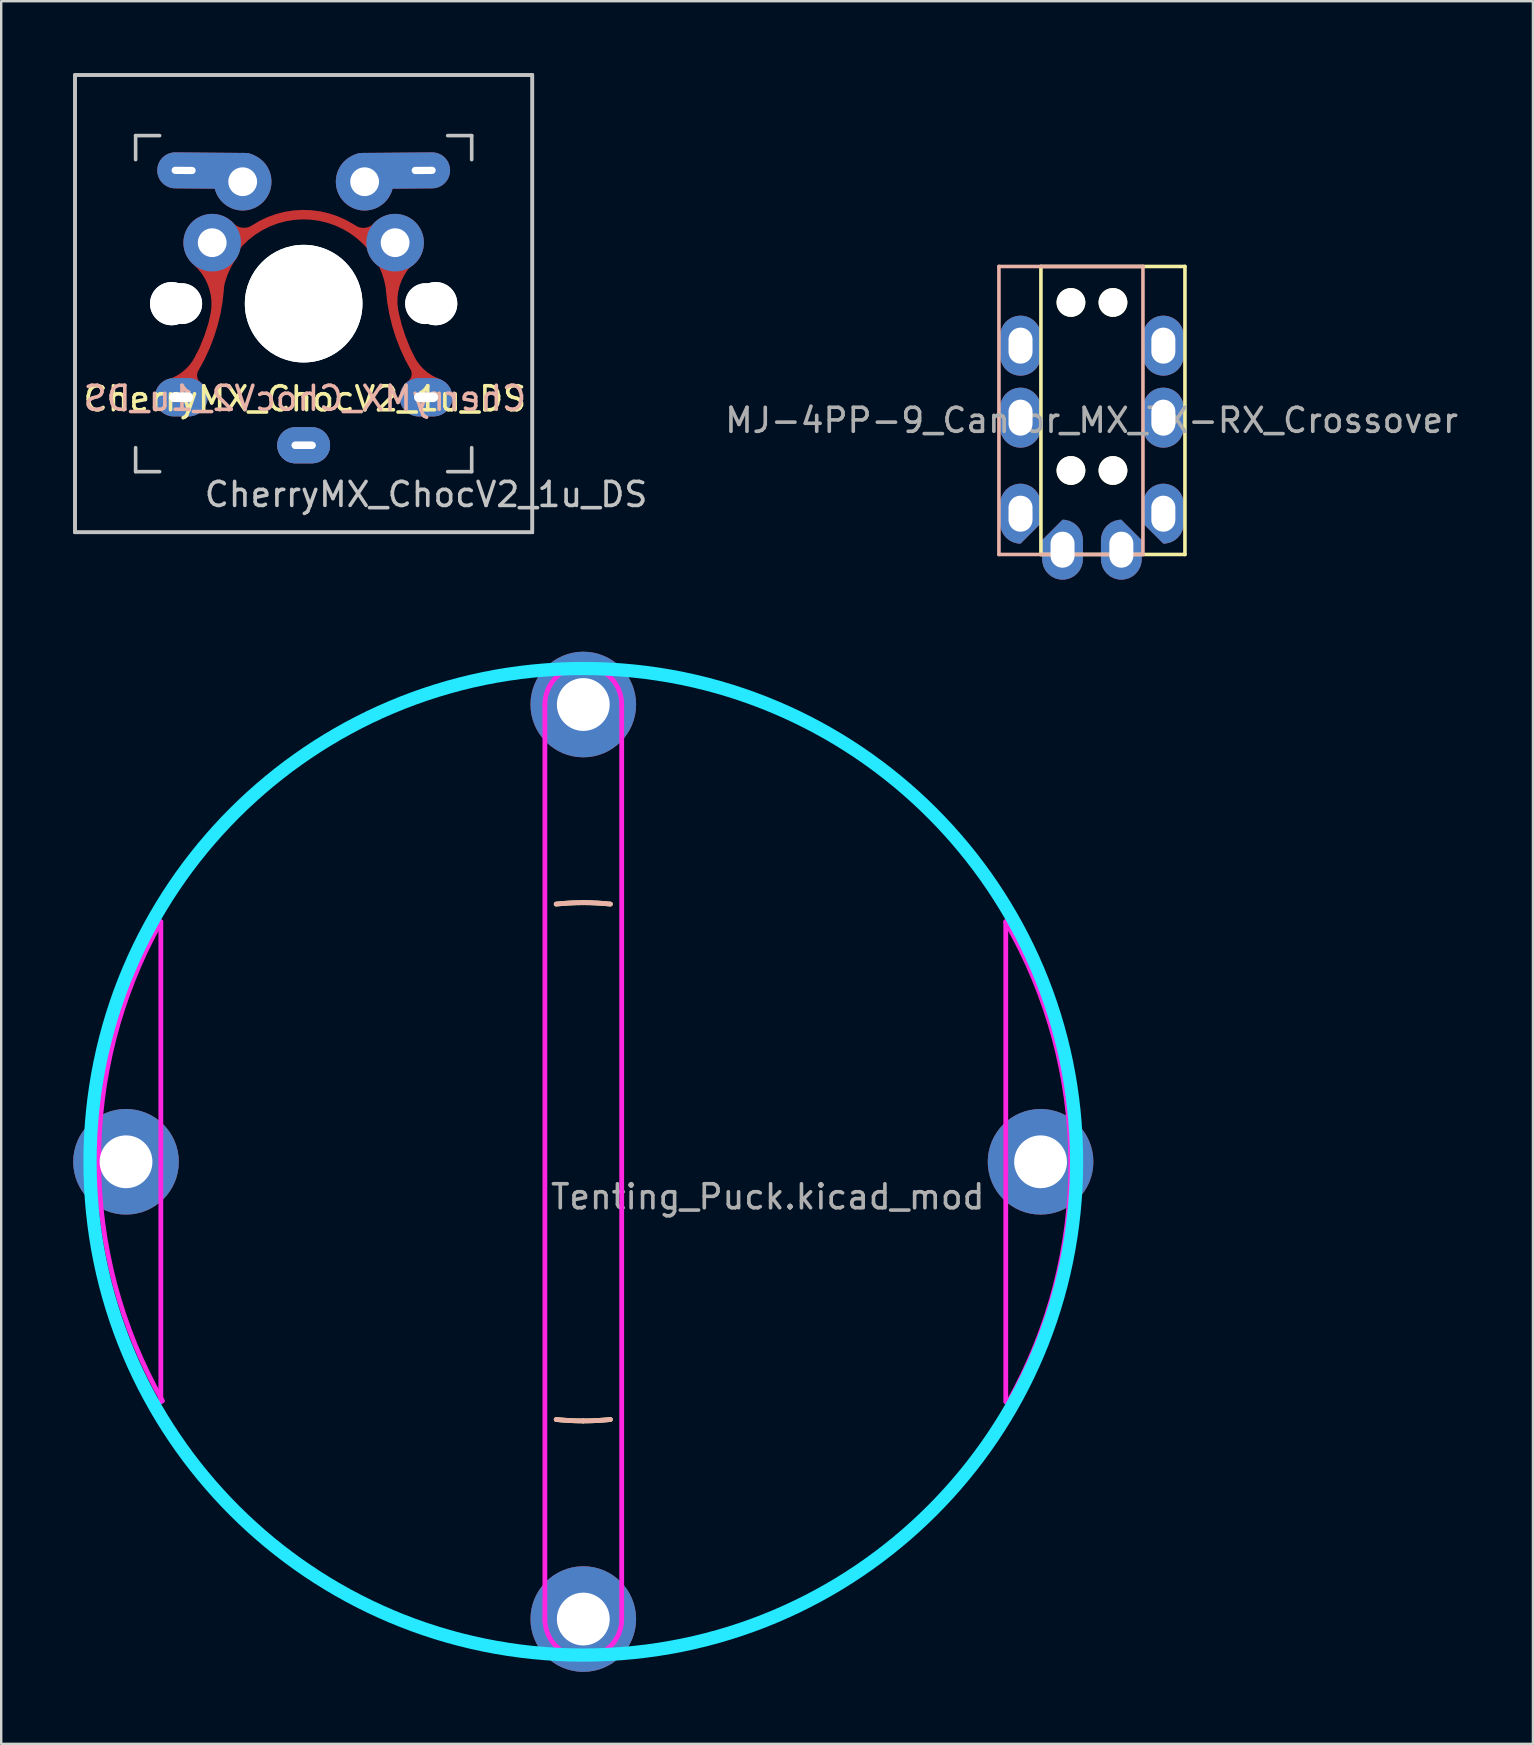
<source format=kicad_pcb>
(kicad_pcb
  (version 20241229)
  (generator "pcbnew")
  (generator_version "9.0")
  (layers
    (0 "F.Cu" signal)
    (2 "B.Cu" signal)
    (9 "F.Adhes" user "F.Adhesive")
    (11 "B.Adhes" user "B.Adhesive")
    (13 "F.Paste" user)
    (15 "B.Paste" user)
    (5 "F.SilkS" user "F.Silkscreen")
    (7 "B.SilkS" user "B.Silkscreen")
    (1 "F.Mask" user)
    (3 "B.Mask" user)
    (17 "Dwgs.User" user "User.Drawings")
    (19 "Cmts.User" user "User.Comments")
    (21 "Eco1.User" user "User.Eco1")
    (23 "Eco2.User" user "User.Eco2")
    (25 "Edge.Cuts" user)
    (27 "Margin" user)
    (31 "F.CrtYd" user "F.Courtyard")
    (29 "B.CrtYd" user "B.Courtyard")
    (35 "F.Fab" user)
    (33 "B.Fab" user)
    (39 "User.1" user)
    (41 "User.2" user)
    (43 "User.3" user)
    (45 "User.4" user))
  (footprint "Tenting_Puck.kicad_mod"
    (layer "F.Cu")
    (at 21.25 45.35)
    (property "Reference" "Tenting_Puck.kicad_mod" (at 7.684 1.46 0) (layer "F.Fab") (effects (font (size 1 1) (thickness 0.15))))
    (attr through_hole)
    (fp_arc (start -20.32 -2.8575) (mid -19.91151 -4.959786) (end -19.286134 -7.008048) (stroke (width 0.2) (type solid)) (layer "F.SilkS"))
    (fp_arc (start -19.286134 7.008047) (mid -19.91151 4.959786) (end -20.32 2.8575) (stroke (width 0.2) (type solid)) (layer "F.SilkS"))
    (fp_arc (start -7.008048 -19.286134) (mid -4.959786 -19.91151) (end -2.8575 -20.32) (stroke (width 0.2) (type solid)) (layer "F.SilkS"))
    (fp_arc (start -2.8575 20.32) (mid -4.959785 19.91151) (end -7.008046 19.286135) (stroke (width 0.2) (type solid)) (layer "F.SilkS"))
    (fp_arc (start -1.128385 -10.735864) (mid -0.564967 -10.780206) (end 0 -10.795) (stroke (width 0.2) (type solid)) (layer "F.SilkS"))
    (fp_arc (start 0 -10.795) (mid 0.564967 -10.780206) (end 1.128385 -10.735864) (stroke (width 0.2) (type solid)) (layer "F.SilkS"))
    (fp_arc (start 0 10.795) (mid -0.564967 10.780206) (end -1.128385 10.735864) (stroke (width 0.2) (type solid)) (layer "F.SilkS"))
    (fp_arc (start 1.128385 10.735864) (mid 0.564967 10.780206) (end 0 10.795) (stroke (width 0.2) (type solid)) (layer "F.SilkS"))
    (fp_arc (start 2.8575 -20.32) (mid 4.959786 -19.91151) (end 7.008047 -19.286134) (stroke (width 0.2) (type solid)) (layer "F.SilkS"))
    (fp_arc (start 7.008047 19.286134) (mid 4.959786 19.91151) (end 2.8575 20.32) (stroke (width 0.2) (type solid)) (layer "F.SilkS"))
    (fp_arc (start 19.286135 -7.008045) (mid 19.91151 -4.959785) (end 20.32 -2.8575) (stroke (width 0.2) (type solid)) (layer "F.SilkS"))
    (fp_arc (start 20.32 2.8575) (mid 19.91151 4.959785) (end 19.286135 7.008046) (stroke (width 0.2) (type solid)) (layer "F.SilkS"))
    (fp_arc (start -20.32 -2.8575) (mid -19.91151 -4.959784) (end -19.286136 -7.008044) (stroke (width 0.2) (type solid)) (layer "B.SilkS"))
    (fp_arc (start -19.286135 7.008046) (mid -19.91151 4.959785) (end -20.32 2.8575) (stroke (width 0.2) (type solid)) (layer "B.SilkS"))
    (fp_arc (start -7.008046 -19.286135) (mid -4.959785 -19.91151) (end -2.8575 -20.32) (stroke (width 0.2) (type solid)) (layer "B.SilkS"))
    (fp_arc (start -2.8575 20.32) (mid -4.959785 19.91151) (end -7.008045 19.286135) (stroke (width 0.2) (type solid)) (layer "B.SilkS"))
    (fp_arc (start -1.128385 -10.735864) (mid -0.564967 -10.780206) (end 0 -10.795) (stroke (width 0.2) (type solid)) (layer "B.SilkS"))
    (fp_arc (start 0 -10.795) (mid 0.564967 -10.780206) (end 1.128385 -10.735864) (stroke (width 0.2) (type solid)) (layer "B.SilkS"))
    (fp_arc (start 0 10.795) (mid -0.564967 10.780206) (end -1.128385 10.735864) (stroke (width 0.2) (type solid)) (layer "B.SilkS"))
    (fp_arc (start 1.128385 10.735864) (mid 0.564967 10.780206) (end 0 10.795) (stroke (width 0.2) (type solid)) (layer "B.SilkS"))
    (fp_arc (start 2.8575 -20.32) (mid 4.959787 -19.91151) (end 7.008049 -19.286134) (stroke (width 0.2) (type solid)) (layer "B.SilkS"))
    (fp_arc (start 7.008045 19.286135) (mid 4.959785 19.91151) (end 2.8575 20.32) (stroke (width 0.2) (type solid)) (layer "B.SilkS"))
    (fp_arc (start 19.286134 -7.008048) (mid 19.91151 -4.959786) (end 20.32 -2.8575) (stroke (width 0.2) (type solid)) (layer "B.SilkS"))
    (fp_arc (start 20.32 2.8575) (mid 19.91151 4.959786) (end 19.286134 7.008048) (stroke (width 0.2) (type solid)) (layer "B.SilkS"))
    (fp_circle (center 0 0) (end 20.55 0) (stroke (width 0.55) (type solid)) (fill no) (layer "B.CrtYd"))
    (fp_line (start -17.6 10) (end -17.6 -10) (stroke (width 0.2) (type solid)) (layer "F.CrtYd"))
    (fp_line (start -1.6 19.05) (end -1.6 -19.05) (stroke (width 0.2) (type solid)) (layer "F.CrtYd"))
    (fp_line (start 1.6 19.05) (end 1.6 -19.05) (stroke (width 0.2) (type solid)) (layer "F.CrtYd"))
    (fp_line (start 17.6 10) (end 17.6 -10) (stroke (width 0.2) (type solid)) (layer "F.CrtYd"))
    (fp_arc (start -17.531649 9.961119) (mid -20.187633 -0.010463) (end -17.6 -10) (stroke (width 0.2) (type default)) (layer "F.CrtYd"))
    (fp_arc (start -1.6 -19.05) (mid 0 -20.65) (end 1.6 -19.05) (stroke (width 0.2) (type default)) (layer "F.CrtYd"))
    (fp_arc (start 1.6 19.05) (mid 0 20.65) (end -1.6 19.05) (stroke (width 0.2) (type default)) (layer "F.CrtYd"))
    (fp_arc (start 17.6 -10) (mid 20.307938 0.012986) (end 17.686415 10.048942) (stroke (width 0.2) (type default)) (layer "F.CrtYd"))
    (fp_circle (center -19.05 0) (end -17.3 0) (stroke (width 0.12) (type default)) (fill no) (layer "User.2"))
    (fp_circle (center 0 -19.05) (end 1.75 -19.05) (stroke (width 0.12) (type default)) (fill no) (layer "User.2"))
    (fp_circle (center 0 19.05) (end 1.75 19.05) (stroke (width 0.12) (type default)) (fill no) (layer "User.2"))
    (fp_circle (center 19.05 0) (end 20.8 0) (stroke (width 0.1) (type default)) (fill no) (layer "User.2"))
    (fp_circle (center 19.05 0) (end 20.8 0) (stroke (width 0.12) (type default)) (fill no) (layer "User.2"))
    (pad "1" thru_hole circle (at -19.05 0) (size 4.4 4.4) (drill 2.2) (layers "*.Cu" "*.Mask"))
    (pad "1" thru_hole circle (at 0 -19.05) (size 4.4 4.4) (drill 2.2) (layers "*.Cu" "*.Mask"))
    (pad "1" thru_hole circle (at 0 19.05) (size 4.4 4.4) (drill 2.2) (layers "*.Cu" "*.Mask"))
    (pad "1" thru_hole circle (at 19.05 0) (size 4.4 4.4) (drill 2.2) (layers "*.Cu" "*.Mask")))
  (footprint "MJ-4PP-9_Cantor_MX_TX-RX_Crossover"
    (layer "F.Cu")
    (at 43.315 8.05)
    (property "Reference" "MJ-4PP-9_Cantor_MX_TX-RX_Crossover" (at -0.889 6.413 0) (layer "F.Fab") (effects (font (size 1 1) (thickness 0.15))))
    (attr through_hole)
    (fp_line (start -3 12) (end -3 0) (stroke (width 0.15) (type solid)) (layer "F.SilkS"))
    (fp_line (start -3 12) (end 3 12) (stroke (width 0.15) (type solid)) (layer "F.SilkS"))
    (fp_line (start 3 0) (end -3 0) (stroke (width 0.15) (type solid)) (layer "F.SilkS"))
    (fp_line (start 3 0) (end 3 12) (stroke (width 0.15) (type solid)) (layer "F.SilkS"))
    (fp_line (start -4.75 0) (end 1.25 0) (stroke (width 0.15) (type solid)) (layer "B.SilkS"))
    (fp_line (start -4.75 12) (end -4.75 0) (stroke (width 0.15) (type solid)) (layer "B.SilkS"))
    (fp_line (start -4.75 12) (end 1.25 12) (stroke (width 0.15) (type solid)) (layer "B.SilkS"))
    (fp_line (start 1.25 0) (end 1.25 12) (stroke (width 0.15) (type solid)) (layer "B.SilkS"))
    (fp_rect (start -5.25 -0.5) (end 3.5 12.5) (stroke (width 0.1) (type default)) (fill no) (layer "User.1"))
    (fp_rect (start -5.25 -8) (end 3.5 12.5) (stroke (width 0.1) (type default)) (fill no) (layer "User.4"))
    (pad "" np_thru_hole circle (at -1.75 1.5) (size 1.2 1.2) (drill 1.2) (layers "*.Cu" "*.Mask" "F.SilkS"))
    (pad "" np_thru_hole circle (at -1.75 8.5) (size 1.2 1.2) (drill 1.2) (layers "*.Cu" "*.Mask" "F.SilkS"))
    (pad "" np_thru_hole circle (at 0 1.5) (size 1.2 1.2) (drill 1.2) (layers "*.Cu" "*.Mask" "F.SilkS"))
    (pad "" np_thru_hole circle (at 0 8.5) (size 1.2 1.2) (drill 1.2) (layers "*.Cu" "*.Mask" "F.SilkS"))
    (pad "1" thru_hole roundrect (at -2.1 11.8) (size 1.7 2.5) (drill oval 1 1.5) (layers "*.Cu" "B.Mask") (roundrect_rratio 0.5) (chamfer_ratio 0.5) (chamfer top_left))
    (pad "1" thru_hole roundrect (at 0.35 11.8) (size 1.7 2.5) (drill oval 1 1.5) (layers "*.Cu" "F.Mask") (roundrect_rratio 0.5) (chamfer_ratio 0.5) (chamfer top_right))
    (pad "2" thru_hole roundrect (at -3.85 10.3) (size 1.7 2.5) (drill oval 1 1.5) (layers "*.Cu" "F.Mask") (roundrect_rratio 0.5) (chamfer_ratio 0.5) (chamfer bottom_right))
    (pad "2" thru_hole roundrect (at 2.1 10.3) (size 1.7 2.5) (drill oval 1 1.5) (layers "*.Cu" "B.Mask") (roundrect_rratio 0.5) (chamfer_ratio 0.5) (chamfer bottom_left))
    (pad "3" thru_hole oval (at -3.85 6.3) (size 1.7 2.5) (drill oval 1 1.5) (layers "*.Cu" "F.Mask"))
    (pad "3" thru_hole oval (at 2.1 3.3) (size 1.7 2.5) (drill oval 1 1.5) (layers "*.Cu" "B.Mask"))
    (pad "4" thru_hole oval (at -3.85 3.3) (size 1.7 2.5) (drill oval 1 1.5) (layers "*.Cu" "F.Mask"))
    (pad "4" thru_hole oval (at 2.1 6.3) (size 1.7 2.5) (drill oval 1 1.5) (layers "*.Cu" "B.Mask")))
  (footprint "CherryMX_ChocV2_1u_DS"
    (layer "F.Cu")
    (at 9.6 9.6)
    (property "Reference" "CherryMX_ChocV2_1u_DS" (at 5.1 7.95 180) (layer "Dwgs.User") (effects (font (size 1 1) (thickness 0.15))))
    (attr through_hole)
    (fp_line (start -9.525 -9.525) (end -9.525 9.525) (stroke (width 0.15) (type solid)) (layer "Dwgs.User"))
    (fp_line (start -9.525 -9.525) (end 9.525 -9.525) (stroke (width 0.15) (type solid)) (layer "Dwgs.User"))
    (fp_line (start -9.525 9.525) (end -9.525 -9.525) (stroke (width 0.15) (type solid)) (layer "Dwgs.User"))
    (fp_line (start -9.525 9.525) (end 9.525 9.525) (stroke (width 0.15) (type solid)) (layer "Dwgs.User"))
    (fp_line (start -7 -7) (end -6 -7) (stroke (width 0.15) (type solid)) (layer "Dwgs.User"))
    (fp_line (start -7 -6) (end -7 -7) (stroke (width 0.15) (type solid)) (layer "Dwgs.User"))
    (fp_line (start -7 7) (end -7 6) (stroke (width 0.15) (type solid)) (layer "Dwgs.User"))
    (fp_line (start -6 7) (end -7 7) (stroke (width 0.15) (type solid)) (layer "Dwgs.User"))
    (fp_line (start 6 7) (end 7 7) (stroke (width 0.15) (type solid)) (layer "Dwgs.User"))
    (fp_line (start 7 -7) (end 6 -7) (stroke (width 0.15) (type solid)) (layer "Dwgs.User"))
    (fp_line (start 7 -6) (end 7 -7) (stroke (width 0.15) (type solid)) (layer "Dwgs.User"))
    (fp_line (start 7 7) (end 7 6) (stroke (width 0.15) (type solid)) (layer "Dwgs.User"))
    (fp_line (start 9.525 -9.525) (end -9.525 -9.525) (stroke (width 0.15) (type solid)) (layer "Dwgs.User"))
    (fp_line (start 9.525 -9.525) (end 9.525 9.525) (stroke (width 0.15) (type solid)) (layer "Dwgs.User"))
    (fp_line (start 9.525 9.525) (end -9.525 9.525) (stroke (width 0.15) (type solid)) (layer "Dwgs.User"))
    (fp_line (start 9.525 9.525) (end 9.525 -9.525) (stroke (width 0.15) (type solid)) (layer "Dwgs.User"))
    (fp_rect (start -7 -7) (end 7 7) (stroke (width 0.15) (type default)) (fill no) (layer "User.2"))
    (fp_text user "${REFERENCE}" (at 0.05 4.55 0) (unlocked yes) (layer "F.SilkS") (effects (font (size 1 1) (thickness 0.15)) (justify bottom)))
    (fp_text user "${REFERENCE}" (at 0.05 4.53 0) (unlocked yes) (layer "B.SilkS") (effects (font (size 1 1) (thickness 0.15)) (justify bottom mirror)))
    (pad "" np_thru_hole circle (at -5.5 0 90) (size 1.8 1.8) (drill 1.8) (layers "*.Cu" "*.Mask"))
    (pad "" np_thru_hole circle (at -5.5 0 270) (size 1.8 1.8) (drill 1.8) (layers "*.Cu" "*.Mask"))
    (pad "" np_thru_hole circle (at -5.08 0) (size 1.7 1.7) (drill 1.7) (layers "*.Cu" "*.Mask"))
    (pad "" np_thru_hole circle (at -5.08 0) (size 1.7 1.7) (drill 1.7) (layers "*.Cu" "*.Mask"))
    (pad "" np_thru_hole circle (at 0 0 270) (size 4.9 4.9) (drill 4.9) (layers "*.Cu" "*.Mask"))
    (pad "" np_thru_hole circle (at 0 0 90) (size 4.9 4.9) (drill 4.9) (layers "*.Cu" "*.Mask"))
    (pad "" np_thru_hole circle (at 5.08 0) (size 1.7 1.7) (drill 1.7) (layers "*.Cu" "*.Mask"))
    (pad "" np_thru_hole circle (at 5.08 0) (size 1.7 1.7) (drill 1.7) (layers "*.Cu" "*.Mask"))
    (pad "" np_thru_hole circle (at 5.5 0 270) (size 1.8 1.8) (drill 1.8) (layers "*.Cu" "*.Mask"))
    (pad "" np_thru_hole circle (at 5.5 0 90) (size 1.8 1.8) (drill 1.8) (layers "*.Cu" "*.Mask"))
    (pad "1" thru_hole oval (at -5.1 3.9) (size 2.2 1.6) (drill oval 1 0.4) (layers "*.Cu" "B.Mask"))
    (pad "1" smd custom (at -3.81 -2.54) (size 1.524 1.524) (layers "F.Cu") (options (anchor circle)) (primitives (gr_arc (start 0.570001 0.74) (mid 3.762184 -1.166118) (end 7.002482 0.657009) (width 0.4)) (gr_arc (start 0.24611 2.084536) (mid 0.448541 1.283786) (end 0.835452 0.554075) (width 0.4)) (gr_circle (center 0.066 1.325) (end 0.2 1.325) (width 0.4) (fill no)) (gr_arc (start -0.552896 0.852499) (mid 0.07 1.88) (end 0.107327 3.080984) (width 0.4)) (gr_arc (start 6.915714 -0.706674) (mid 6.403123 -0.425033) (end 5.835638 -0.566567) (width 0.4)) (gr_arc (start 1.790076 -0.569893) (mid 1.222591 -0.428359) (end 0.71 -0.71) (width 0.4)) (gr_line (start 7.002 0.657) (end 7.41 1.05) (width 0.4)) (gr_circle (center 7.62 1.2) (end 7.753 1.2) (width 0.4) (fill no)) (gr_arc (start 7.578783 2.956448) (mid 7.616109 1.755463) (end 8.239005 0.727962) (width 0.4)) (gr_arc (start 9.002222 6.029671) (mid 7.578783 2.956448) (end 7.631989 -0.430002) (width 0.4)) (gr_arc (start 8.450259 5.209712) (mid 8.489998 5.609999) (end 8.265138 5.943536) (width 0.4)) (gr_arc (start 9.4 5.86) (mid 8.676148 5.415271) (end 8.191191 4.717731) (width 0.4)) (gr_arc (start 6.850658 0.429539) (mid 7.237561 1.159252) (end 7.439985 1.960002) (width 0.4)) (gr_arc (start 0.092222 -0.449671) (mid 0.145461 2.936783) (end -1.278001 6.01) (width 0.4)) (gr_arc (start -0.48 4.71) (mid -0.964953 5.407542) (end -1.688803 5.852272) (width 0.4)) (gr_arc (start -0.584881 6.003826) (mid -0.80974 5.670288) (end -0.77 5.27) (width 0.4))))
    (pad "1" thru_hole circle (at -3.81 -2.54) (size 2.4 2.4) (drill 1.2) (layers "*.Cu" "B.Mask"))
    (pad "1" thru_hole circle (at 3.81 -2.54) (size 2.4 2.4) (drill 1.2) (layers "*.Cu" "F.Mask"))
    (pad "1" thru_hole oval (at 5.1 3.9) (size 2.2 1.6) (drill oval 1 0.4) (layers "*.Cu" "F.Mask"))
    (pad "2" thru_hole oval (at -5 -5.55 359.5) (size 4.4 1.5) (drill oval 1 0.3 (offset 1.1 0)) (layers "*.Cu" "F.Mask"))
    (pad "2" thru_hole circle (at -2.54 -5.08) (size 2.4 2.4) (drill 1.2) (layers "*.Cu" "F.Mask"))
    (pad "2" thru_hole oval (at 0 5.9) (size 2.2 1.5) (drill oval 1 0.3) (layers "*.Cu" "F.Mask"))
    (pad "2" thru_hole oval (at 0 5.9) (size 2.2 1.5) (drill oval 1 0.3) (layers "*.Cu" "B.Mask"))
    (pad "2" thru_hole circle (at 2.54 -5.08) (size 2.4 2.4) (drill 1.2) (layers "*.Cu" "B.Mask"))
    (pad "2" thru_hole oval (at 5 -5.55 0.5) (size 4.4 1.5) (drill oval 1 0.3 (offset -1.1 0)) (layers "*.Cu" "B.Mask")))
  (gr_rect
    (start -3 -3)
    (end 60.813 69.6)
    (stroke (width 0.1) (type default))
    (fill no)
    (layer "Edge.Cuts")))
</source>
